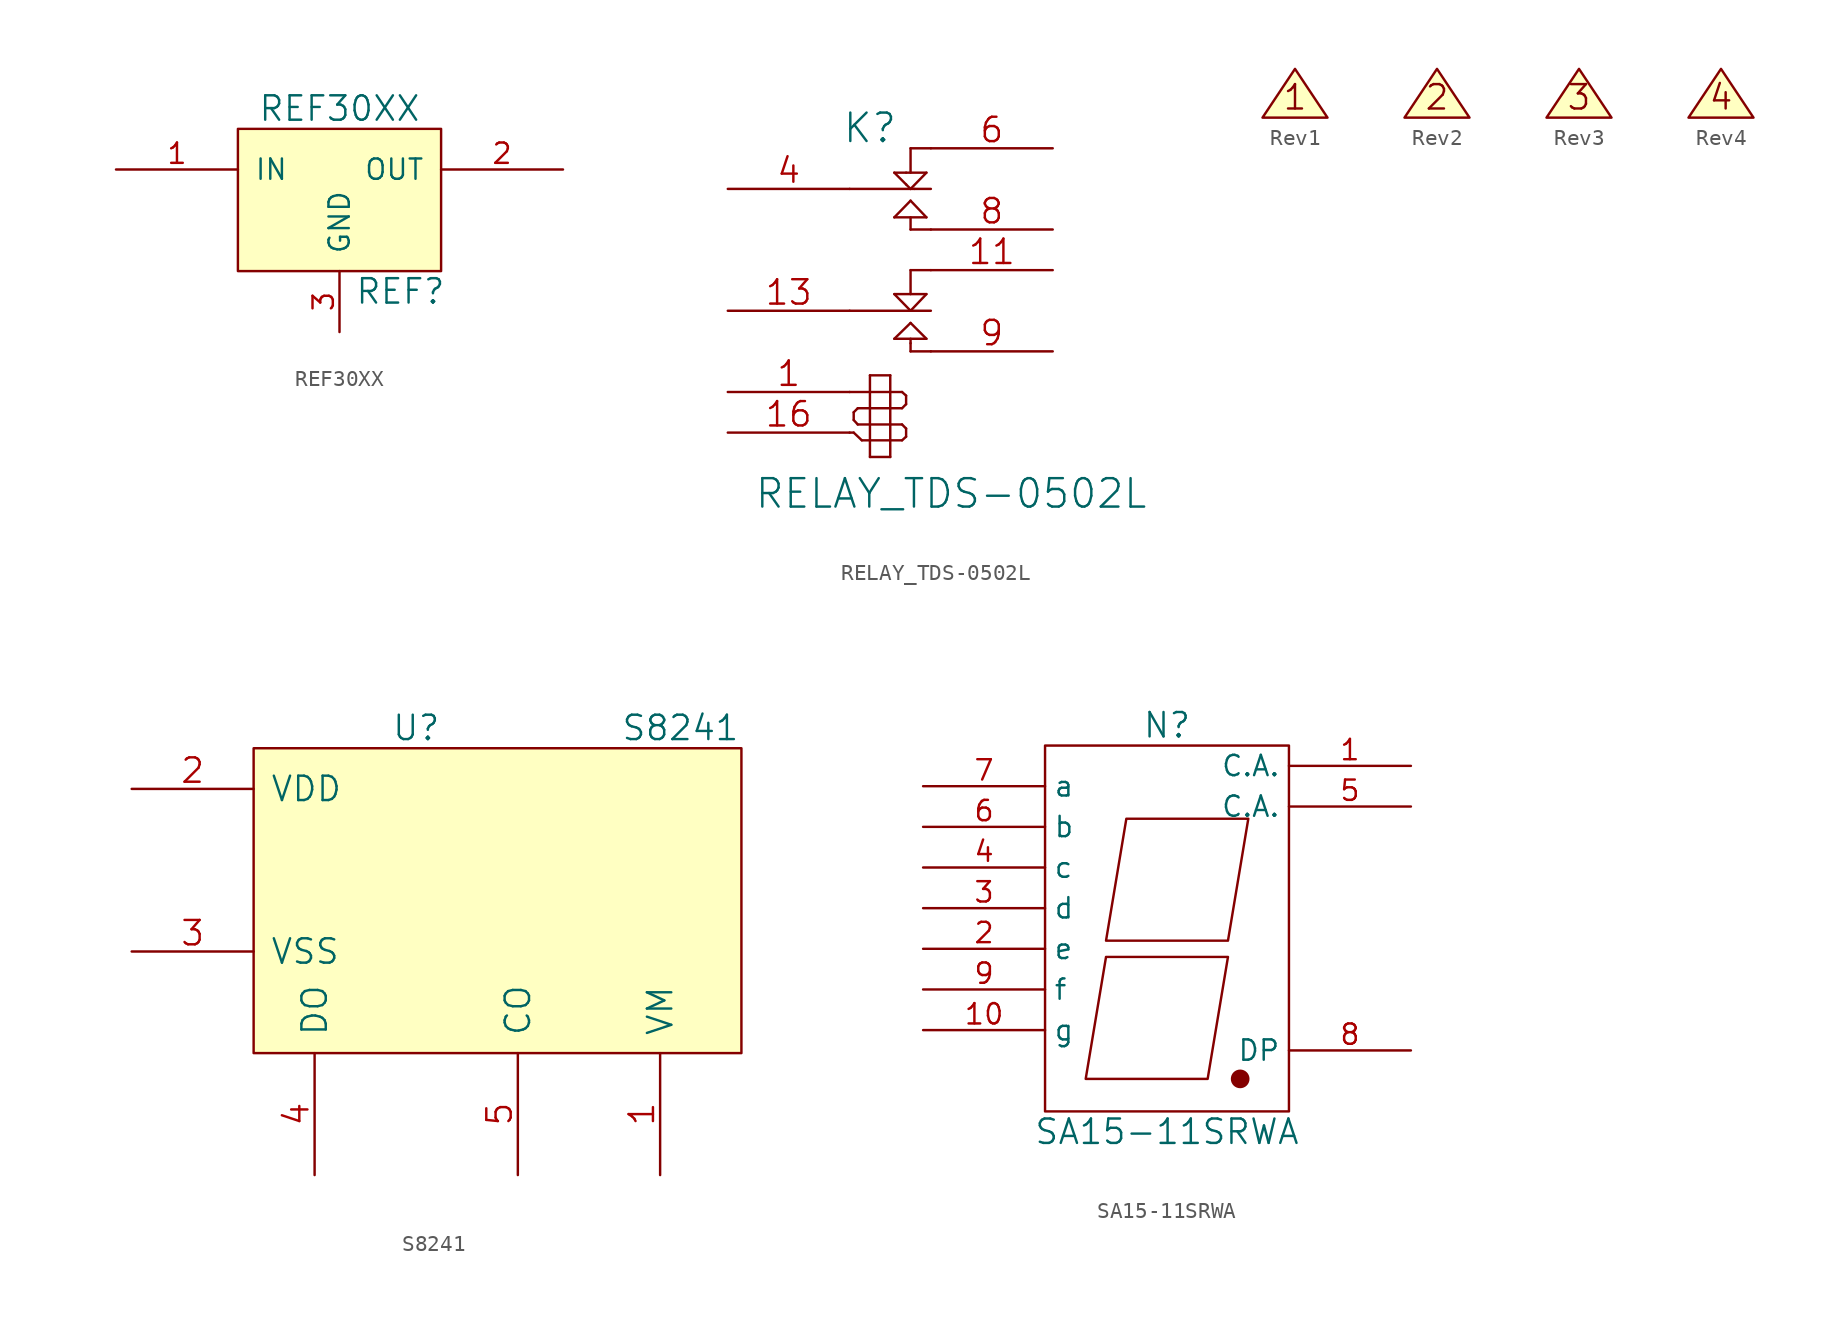
<source format=kicad_sym>
(kicad_symbol_lib
  (version 20211014)
  (generator kicad_symbol_editor)
  (symbol "REF30XX"
    (pin_names
      (offset 1.016))
    (property "Reference" "REF"
      (at 3.81 -6.35 0)
      (effects (font (size 1.524 1.524))))
    (property "Value" "REF30XX"
      (at 0 5.08 0)
      (effects (font (size 1.524 1.524))))
    (property "Datasheet" ""
      (at 3.81 -6.35 0)
      (effects (font (size 1.524 1.524))))
    (symbol "REF30XX_0_1"
      (rectangle (start -6.35 3.81) (end 6.35 -5.08) (stroke (width 0) (type default) (color 0 0 0 0)) (fill (type background))))
    (symbol "REF30XX_1_1"
      (pin input line (at -13.97 1.27 0) (length 7.62) (name "IN" (effects (font (size 1.27 1.27)))) (number "1" (effects (font (size 1.27 1.27)))))
      (pin input line (at 13.97 1.27 180) (length 7.62) (name "OUT" (effects (font (size 1.27 1.27)))) (number "2" (effects (font (size 1.27 1.27)))))
      (pin input line (at 0 -8.89 90) (length 3.81) (name "GND" (effects (font (size 1.27 1.27)))) (number "3" (effects (font (size 1.27 1.27)))))))
  (symbol "RELAY_TDS-0502L"
    (pin_names
      (offset 1.016) hide)
    (property "Reference" "K"
      (at -1.27 10.16 0)
      (effects (font (size 1.778 1.778))))
    (property "Value" "RELAY_TDS-0502L"
      (at 3.81 -12.7 0)
      (effects (font (size 1.778 1.778))))
    (property "Footprint" ""
      (at 0 0 0)
      (effects (font (size 1.524 1.524))))
    (property "Datasheet" ""
      (at 0 0 0)
      (effects (font (size 1.524 1.524))))
    (symbol "RELAY_TDS-0502L_0_1"
      (polyline (pts (xy -2.54 -8.89) (xy -2.286 -8.89)) (stroke (width 0) (type default) (color 0 0 0 0)) (fill (type none)))
      (polyline (pts (xy -2.54 -6.35) (xy -1.27 -6.35)) (stroke (width 0) (type default) (color 0 0 0 0)) (fill (type none)))
      (polyline (pts (xy -2.54 -1.27) (xy 1.27 -1.27)) (stroke (width 0) (type default) (color 0 0 0 0)) (fill (type none)))
      (polyline (pts (xy -2.286 -8.89) (xy -1.778 -9.373)) (stroke (width 0) (type default) (color 0 0 0 0)) (fill (type none)))
      (polyline (pts (xy -2.286 -8.103) (xy -2.286 -7.62)) (stroke (width 0) (type default) (color 0 0 0 0)) (fill (type none)))
      (polyline (pts (xy -2.032 -8.382) (xy -2.286 -8.103)) (stroke (width 0) (type default) (color 0 0 0 0)) (fill (type none)))
      (polyline (pts (xy -2.032 -7.366) (xy -2.286 -7.62)) (stroke (width 0) (type default) (color 0 0 0 0)) (fill (type none)))
      (polyline (pts (xy -1.778 -9.373) (xy -1.27 -9.373)) (stroke (width 0) (type default) (color 0 0 0 0)) (fill (type none)))
      (polyline (pts (xy -1.27 -10.414) (xy -1.27 -5.309)) (stroke (width 0) (type default) (color 0 0 0 0)) (fill (type none)))
      (polyline (pts (xy -1.27 -8.382) (xy -2.032 -8.382)) (stroke (width 0) (type default) (color 0 0 0 0)) (fill (type none)))
      (polyline (pts (xy -1.27 -8.382) (xy 0 -8.382)) (stroke (width 0) (type default) (color 0 0 0 0)) (fill (type none)))
      (polyline (pts (xy -1.27 -7.366) (xy -2.032 -7.366)) (stroke (width 0) (type default) (color 0 0 0 0)) (fill (type none)))
      (polyline (pts (xy -1.27 -6.35) (xy 0 -6.35)) (stroke (width 0) (type default) (color 0 0 0 0)) (fill (type none)))
      (polyline (pts (xy -1.27 -5.309) (xy 0 -5.309)) (stroke (width 0) (type default) (color 0 0 0 0)) (fill (type none)))
      (polyline (pts (xy 0 -10.414) (xy -1.27 -10.414)) (stroke (width 0) (type default) (color 0 0 0 0)) (fill (type none)))
      (polyline (pts (xy 0 -9.373) (xy -1.27 -9.373)) (stroke (width 0) (type default) (color 0 0 0 0)) (fill (type none)))
      (polyline (pts (xy 0 -9.373) (xy 0.737 -9.373)) (stroke (width 0) (type default) (color 0 0 0 0)) (fill (type none)))
      (polyline (pts (xy 0 -8.382) (xy 0.737 -8.382)) (stroke (width 0) (type default) (color 0 0 0 0)) (fill (type none)))
      (polyline (pts (xy 0 -7.366) (xy -1.27 -7.366)) (stroke (width 0) (type default) (color 0 0 0 0)) (fill (type none)))
      (polyline (pts (xy 0 -7.366) (xy 0.737 -7.366)) (stroke (width 0) (type default) (color 0 0 0 0)) (fill (type none)))
      (polyline (pts (xy 0 -6.35) (xy 0.737 -6.35)) (stroke (width 0) (type default) (color 0 0 0 0)) (fill (type none)))
      (polyline (pts (xy 0 -5.309) (xy 0 -10.414)) (stroke (width 0) (type default) (color 0 0 0 0)) (fill (type none)))
      (polyline (pts (xy 0.254 -3.023) (xy 2.261 -3.023)) (stroke (width 0) (type default) (color 0 0 0 0)) (fill (type none)))
      (polyline (pts (xy 0.254 -0.229) (xy 2.261 -0.229)) (stroke (width 0) (type default) (color 0 0 0 0)) (fill (type none)))
      (polyline (pts (xy 0.254 4.572) (xy 1.27 5.613)) (stroke (width 0) (type default) (color 0 0 0 0)) (fill (type none)))
      (polyline (pts (xy 0.254 7.366) (xy 0.991 7.366)) (stroke (width 0) (type default) (color 0 0 0 0)) (fill (type none)))
      (polyline (pts (xy 0.737 -9.373) (xy 0.991 -9.144)) (stroke (width 0) (type default) (color 0 0 0 0)) (fill (type none)))
      (polyline (pts (xy 0.737 -8.382) (xy 0.991 -8.636)) (stroke (width 0) (type default) (color 0 0 0 0)) (fill (type none)))
      (polyline (pts (xy 0.737 -7.366) (xy 0.991 -7.112)) (stroke (width 0) (type default) (color 0 0 0 0)) (fill (type none)))
      (polyline (pts (xy 0.737 -6.35) (xy 0.991 -6.579)) (stroke (width 0) (type default) (color 0 0 0 0)) (fill (type none)))
      (polyline (pts (xy 0.991 -9.144) (xy 0.991 -8.636)) (stroke (width 0) (type default) (color 0 0 0 0)) (fill (type none)))
      (polyline (pts (xy 0.991 -6.579) (xy 0.991 -7.112)) (stroke (width 0) (type default) (color 0 0 0 0)) (fill (type none)))
      (polyline (pts (xy 0.991 6.629) (xy 0.254 7.366)) (stroke (width 0) (type default) (color 0 0 0 0)) (fill (type none)))
      (polyline (pts (xy 0.991 6.629) (xy 1.27 6.35)) (stroke (width 0) (type default) (color 0 0 0 0)) (fill (type none)))
      (polyline (pts (xy 0.991 7.366) (xy 2.261 7.366)) (stroke (width 0) (type default) (color 0 0 0 0)) (fill (type none)))
      (polyline (pts (xy 1.27 -3.81) (xy 1.27 -3.302)) (stroke (width 0) (type default) (color 0 0 0 0)) (fill (type none)))
      (polyline (pts (xy 1.27 -3.302) (xy 1.27 -3.023)) (stroke (width 0) (type default) (color 0 0 0 0)) (fill (type none)))
      (polyline (pts (xy 1.27 -2.032) (xy 0.254 -3.023)) (stroke (width 0) (type default) (color 0 0 0 0)) (fill (type none)))
      (polyline (pts (xy 1.27 -1.27) (xy 0.254 -0.229)) (stroke (width 0) (type default) (color 0 0 0 0)) (fill (type none)))
      (polyline (pts (xy 1.27 -1.27) (xy 2.54 -1.27)) (stroke (width 0) (type default) (color 0 0 0 0)) (fill (type none)))
      (polyline (pts (xy 1.27 1.27) (xy 1.27 -0.229)) (stroke (width 0) (type default) (color 0 0 0 0)) (fill (type none)))
      (polyline (pts (xy 1.27 1.27) (xy 2.54 1.27)) (stroke (width 0) (type default) (color 0 0 0 0)) (fill (type none)))
      (polyline (pts (xy 1.27 3.81) (xy 1.27 4.572)) (stroke (width 0) (type default) (color 0 0 0 0)) (fill (type none)))
      (polyline (pts (xy 1.27 3.81) (xy 2.54 3.81)) (stroke (width 0) (type default) (color 0 0 0 0)) (fill (type none)))
      (polyline (pts (xy 1.27 5.613) (xy 2.261 4.572)) (stroke (width 0) (type default) (color 0 0 0 0)) (fill (type none)))
      (polyline (pts (xy 1.27 6.35) (xy -2.54 6.35)) (stroke (width 0) (type default) (color 0 0 0 0)) (fill (type none)))
      (polyline (pts (xy 1.27 6.35) (xy 1.524 6.35)) (stroke (width 0) (type default) (color 0 0 0 0)) (fill (type none)))
      (polyline (pts (xy 1.27 8.89) (xy 1.27 7.366)) (stroke (width 0) (type default) (color 0 0 0 0)) (fill (type none)))
      (polyline (pts (xy 1.27 8.89) (xy 2.54 8.89)) (stroke (width 0) (type default) (color 0 0 0 0)) (fill (type none)))
      (polyline (pts (xy 1.524 6.35) (xy 2.54 6.35)) (stroke (width 0) (type default) (color 0 0 0 0)) (fill (type none)))
      (polyline (pts (xy 2.261 -3.023) (xy 1.27 -2.032)) (stroke (width 0) (type default) (color 0 0 0 0)) (fill (type none)))
      (polyline (pts (xy 2.261 -0.229) (xy 1.27 -1.27)) (stroke (width 0) (type default) (color 0 0 0 0)) (fill (type none)))
      (polyline (pts (xy 2.261 4.572) (xy 0.254 4.572)) (stroke (width 0) (type default) (color 0 0 0 0)) (fill (type none)))
      (polyline (pts (xy 2.261 7.366) (xy 1.27 6.35)) (stroke (width 0) (type default) (color 0 0 0 0)) (fill (type none)))
      (polyline (pts (xy 2.54 -3.81) (xy 1.27 -3.81)) (stroke (width 0) (type default) (color 0 0 0 0)) (fill (type none))))
    (symbol "RELAY_TDS-0502L_1_1"
      (pin input line (at -10.16 -6.35 0) (length 7.62) (name "1" (effects (font (size 1.524 1.524)))) (number "1" (effects (font (size 1.524 1.524)))))
      (pin passive line (at 10.16 1.27 180) (length 7.62) (name "R1" (effects (font (size 1.524 1.524)))) (number "11" (effects (font (size 1.524 1.524)))))
      (pin passive line (at -10.16 -1.27 0) (length 7.62) (name "C1" (effects (font (size 1.524 1.524)))) (number "13" (effects (font (size 1.524 1.524)))))
      (pin input line (at -10.16 -8.89 0) (length 7.62) (name "16" (effects (font (size 1.524 1.524)))) (number "16" (effects (font (size 1.524 1.524)))))
      (pin passive line (at -10.16 6.35 0) (length 7.62) (name "C2" (effects (font (size 1.524 1.524)))) (number "4" (effects (font (size 1.524 1.524)))))
      (pin passive line (at 10.16 8.89 180) (length 7.62) (name "R2" (effects (font (size 1.524 1.524)))) (number "6" (effects (font (size 1.524 1.524)))))
      (pin passive line (at 10.16 3.81 180) (length 7.62) (name "T2" (effects (font (size 1.524 1.524)))) (number "8" (effects (font (size 1.524 1.524)))))
      (pin passive line (at 10.16 -3.81 180) (length 7.62) (name "T1" (effects (font (size 1.524 1.524)))) (number "9" (effects (font (size 1.524 1.524)))))))
  (symbol "Rev1"
    (pin_names
      (offset 1.016))
    (property "Reference" "R"
      (at 0 0 0)
      (effects (font (size 1.524 1.524)) hide))
    (symbol "Rev1_0_0"
      (polyline (pts (xy 0 1.778) (xy 2.032 -1.27) (xy -2.032 -1.27) (xy 0 1.778)) (stroke (width 0) (type default) (color 0 0 0 0)) (fill (type background)))
      (text "1" (at 0 0 0) (effects (font (size 1.524 1.524))))))
  (symbol "Rev2"
    (pin_names
      (offset 1.016))
    (property "Reference" "R"
      (at 0 0 0)
      (effects (font (size 1.524 1.524)) hide))
    (symbol "Rev2_0_0"
      (polyline (pts (xy 0 1.778) (xy 2.032 -1.27) (xy -2.032 -1.27) (xy 0 1.778)) (stroke (width 0) (type default) (color 0 0 0 0)) (fill (type background)))
      (text "2" (at 0 0 0) (effects (font (size 1.524 1.524))))))
  (symbol "Rev3"
    (pin_names
      (offset 1.016))
    (property "Reference" "R"
      (at 0 0 0)
      (effects (font (size 1.524 1.524)) hide))
    (symbol "Rev3_0_0"
      (polyline (pts (xy 0 1.778) (xy 2.032 -1.27) (xy -2.032 -1.27) (xy 0 1.778)) (stroke (width 0) (type default) (color 0 0 0 0)) (fill (type background)))
      (text "3" (at 0 0 0) (effects (font (size 1.524 1.524))))))
  (symbol "Rev4"
    (pin_names
      (offset 1.016))
    (property "Reference" "R"
      (at 0 0 0)
      (effects (font (size 1.524 1.524)) hide))
    (symbol "Rev4_0_0"
      (polyline (pts (xy 0 1.778) (xy 2.032 -1.27) (xy -2.032 -1.27) (xy 0 1.778)) (stroke (width 0) (type default) (color 0 0 0 0)) (fill (type background)))
      (text "4" (at 0 0 0) (effects (font (size 1.524 1.524))))))
  (symbol "S8241"
    (pin_names
      (offset 1.016))
    (property "Reference" "U"
      (at -2.54 8.89 0)
      (effects (font (size 1.524 1.524))))
    (property "Value" "S8241"
      (at 13.97 8.89 0)
      (effects (font (size 1.524 1.524))))
    (property "Datasheet" ""
      (at 0 0 0)
      (effects (font (size 1.524 1.524))))
    (symbol "S8241_0_1"
      (rectangle (start -12.7 7.62) (end 17.78 -11.43) (stroke (width 0) (type default) (color 0 0 0 0)) (fill (type background))))
    (symbol "S8241_1_1"
      (pin input line (at 12.7 -19.05 90) (length 7.62) (name "VM" (effects (font (size 1.524 1.524)))) (number "1" (effects (font (size 1.524 1.524)))))
      (pin input line (at -20.32 5.08 0) (length 7.62) (name "VDD" (effects (font (size 1.524 1.524)))) (number "2" (effects (font (size 1.524 1.524)))))
      (pin input line (at -20.32 -5.08 0) (length 7.62) (name "VSS" (effects (font (size 1.524 1.524)))) (number "3" (effects (font (size 1.524 1.524)))))
      (pin input line (at -8.89 -19.05 90) (length 7.62) (name "DO" (effects (font (size 1.524 1.524)))) (number "4" (effects (font (size 1.524 1.524)))))
      (pin input line (at 3.81 -19.05 90) (length 7.62) (name "CO" (effects (font (size 1.524 1.524)))) (number "5" (effects (font (size 1.524 1.524)))))))
  (symbol "SA15-11SRWA"
    (property "Reference" "N"
      (at 0 13.97 0)
      (effects (font (size 1.524 1.524))))
    (property "Value" "SA15-11SRWA"
      (at 0 -11.43 0)
      (effects (font (size 1.524 1.524))))
    (property "Footprint" ""
      (at 0 0 0)
      (effects (font (size 1.524 1.524))))
    (property "Datasheet" ""
      (at 0 0 0)
      (effects (font (size 1.524 1.524))))
    (symbol "SA15-11SRWA_0_1"
      (rectangle (start -7.62 12.7) (end 7.62 -10.16) (stroke (width 0) (type default) (color 0 0 0 0)) (fill (type none)))
      (polyline (pts (xy -3.81 -0.508) (xy 3.81 -0.508) (xy 2.54 -8.128) (xy -5.08 -8.128) (xy -3.81 -0.508) (xy -3.81 -0.508)) (stroke (width 0) (type default) (color 0 0 0 0)) (fill (type none)))
      (polyline (pts (xy -2.54 8.128) (xy 5.08 8.128) (xy 3.81 0.508) (xy -3.81 0.508) (xy -2.54 8.128) (xy -2.54 8.128)) (stroke (width 0) (type default) (color 0 0 0 0)) (fill (type none)))
      (circle (center 4.572 -8.128) (radius 0.508) (stroke (width 0) (type default) (color 0 0 0 0)) (fill (type outline))))
    (symbol "SA15-11SRWA_1_1"
      (pin input line (at 15.24 11.43 180) (length 7.62) (name "C.A." (effects (font (size 1.27 1.27)))) (number "1" (effects (font (size 1.27 1.27)))))
      (pin input line (at -15.24 -5.08 0) (length 7.62) (name "g" (effects (font (size 1.27 1.27)))) (number "10" (effects (font (size 1.27 1.27)))))
      (pin input line (at -15.24 0 0) (length 7.62) (name "e" (effects (font (size 1.27 1.27)))) (number "2" (effects (font (size 1.27 1.27)))))
      (pin input line (at -15.24 2.54 0) (length 7.62) (name "d" (effects (font (size 1.27 1.27)))) (number "3" (effects (font (size 1.27 1.27)))))
      (pin input line (at -15.24 5.08 0) (length 7.62) (name "c" (effects (font (size 1.27 1.27)))) (number "4" (effects (font (size 1.27 1.27)))))
      (pin input line (at 15.24 8.89 180) (length 7.62) (name "C.A." (effects (font (size 1.27 1.27)))) (number "5" (effects (font (size 1.27 1.27)))))
      (pin input line (at -15.24 7.62 0) (length 7.62) (name "b" (effects (font (size 1.27 1.27)))) (number "6" (effects (font (size 1.27 1.27)))))
      (pin input line (at -15.24 10.16 0) (length 7.62) (name "a" (effects (font (size 1.27 1.27)))) (number "7" (effects (font (size 1.27 1.27)))))
      (pin input line (at 15.24 -6.35 180) (length 7.62) (name "DP" (effects (font (size 1.27 1.27)))) (number "8" (effects (font (size 1.27 1.27)))))
      (pin input line (at -15.24 -2.54 0) (length 7.62) (name "f" (effects (font (size 1.27 1.27)))) (number "9" (effects (font (size 1.27 1.27))))))))
</source>
